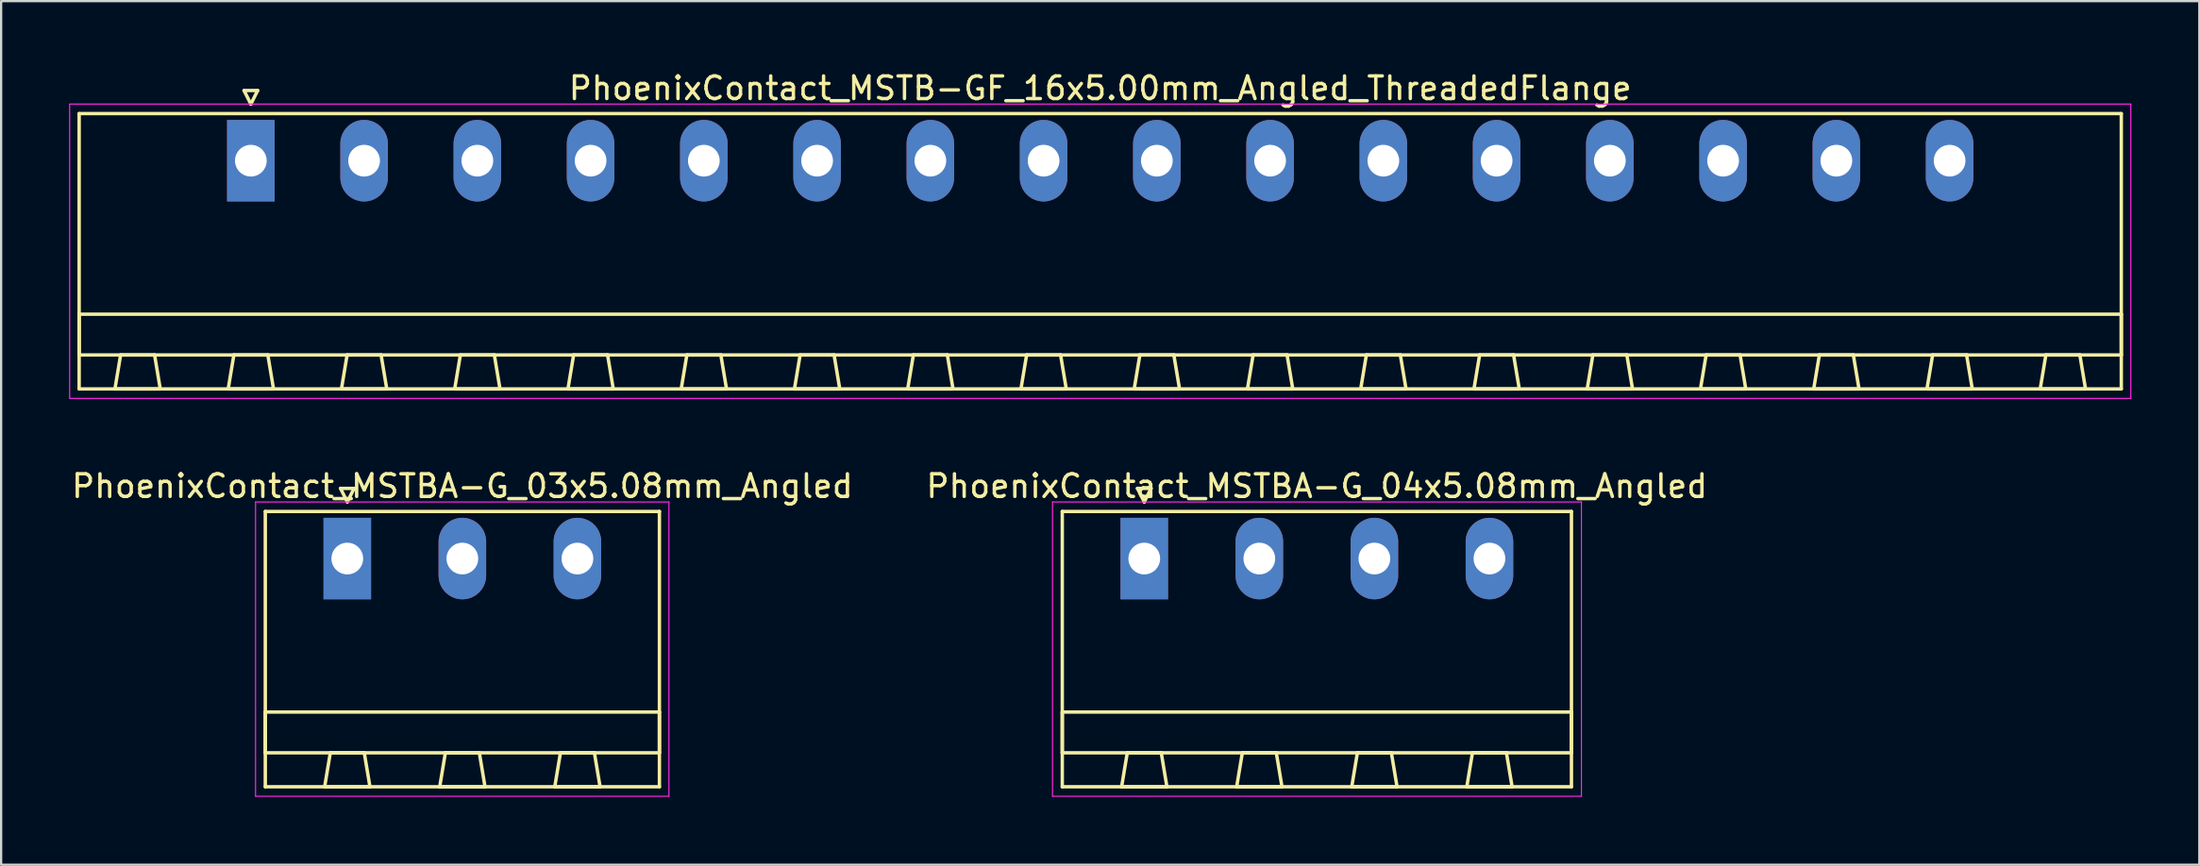
<source format=kicad_pcb>
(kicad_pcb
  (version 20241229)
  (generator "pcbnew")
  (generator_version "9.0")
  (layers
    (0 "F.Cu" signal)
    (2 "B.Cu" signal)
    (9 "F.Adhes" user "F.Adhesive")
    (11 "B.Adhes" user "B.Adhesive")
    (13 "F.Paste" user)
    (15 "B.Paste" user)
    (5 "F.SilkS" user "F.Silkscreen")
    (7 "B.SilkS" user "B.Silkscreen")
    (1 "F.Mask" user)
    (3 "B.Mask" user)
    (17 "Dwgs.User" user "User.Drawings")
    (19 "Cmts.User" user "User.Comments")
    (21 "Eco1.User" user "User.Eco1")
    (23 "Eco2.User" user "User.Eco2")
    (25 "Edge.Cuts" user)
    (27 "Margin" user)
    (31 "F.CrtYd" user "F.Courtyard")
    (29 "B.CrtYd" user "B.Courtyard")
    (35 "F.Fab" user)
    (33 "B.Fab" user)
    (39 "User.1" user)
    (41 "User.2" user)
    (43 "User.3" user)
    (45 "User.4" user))
  (footprint "PhoenixContact_MSTB-GF_16x5.00mm_Angled_ThreadedFlange"
    (layer "F.Cu")
    (at 8.025 4.048)
    (property "Reference" "PhoenixContact_MSTB-GF_16x5.00mm_Angled_ThreadedFlange" (at 37.5 -3.2 0) (layer "F.SilkS") (effects (font (size 1 1) (thickness 0.15))))
    (attr through_hole)
    (fp_line (start -7.58 -2.08) (end -7.58 10.08) (stroke (width 0.15) (type solid)) (layer "F.SilkS"))
    (fp_line (start -7.58 6.78) (end 82.58 6.78) (stroke (width 0.15) (type solid)) (layer "F.SilkS"))
    (fp_line (start -7.58 8.58) (end -7.58 6.78) (stroke (width 0.15) (type solid)) (layer "F.SilkS"))
    (fp_line (start -7.58 10.08) (end 82.58 10.08) (stroke (width 0.15) (type solid)) (layer "F.SilkS"))
    (fp_line (start -6 10.08) (end -4 10.08) (stroke (width 0.15) (type solid)) (layer "F.SilkS"))
    (fp_line (start -5.75 8.58) (end -6 10.08) (stroke (width 0.15) (type solid)) (layer "F.SilkS"))
    (fp_line (start -4.25 8.58) (end -5.75 8.58) (stroke (width 0.15) (type solid)) (layer "F.SilkS"))
    (fp_line (start -4 10.08) (end -4.25 8.58) (stroke (width 0.15) (type solid)) (layer "F.SilkS"))
    (fp_line (start -1 10.08) (end 1 10.08) (stroke (width 0.15) (type solid)) (layer "F.SilkS"))
    (fp_line (start -0.75 8.58) (end -1 10.08) (stroke (width 0.15) (type solid)) (layer "F.SilkS"))
    (fp_line (start -0.3 -3.1) (end 0 -2.5) (stroke (width 0.15) (type solid)) (layer "F.SilkS"))
    (fp_line (start 0 -2.5) (end 0.3 -3.1) (stroke (width 0.15) (type solid)) (layer "F.SilkS"))
    (fp_line (start 0.3 -3.1) (end -0.3 -3.1) (stroke (width 0.15) (type solid)) (layer "F.SilkS"))
    (fp_line (start 0.75 8.58) (end -0.75 8.58) (stroke (width 0.15) (type solid)) (layer "F.SilkS"))
    (fp_line (start 1 10.08) (end 0.75 8.58) (stroke (width 0.15) (type solid)) (layer "F.SilkS"))
    (fp_line (start 4 10.08) (end 6 10.08) (stroke (width 0.15) (type solid)) (layer "F.SilkS"))
    (fp_line (start 4.25 8.58) (end 4 10.08) (stroke (width 0.15) (type solid)) (layer "F.SilkS"))
    (fp_line (start 5.75 8.58) (end 4.25 8.58) (stroke (width 0.15) (type solid)) (layer "F.SilkS"))
    (fp_line (start 6 10.08) (end 5.75 8.58) (stroke (width 0.15) (type solid)) (layer "F.SilkS"))
    (fp_line (start 9 10.08) (end 11 10.08) (stroke (width 0.15) (type solid)) (layer "F.SilkS"))
    (fp_line (start 9.25 8.58) (end 9 10.08) (stroke (width 0.15) (type solid)) (layer "F.SilkS"))
    (fp_line (start 10.75 8.58) (end 9.25 8.58) (stroke (width 0.15) (type solid)) (layer "F.SilkS"))
    (fp_line (start 11 10.08) (end 10.75 8.58) (stroke (width 0.15) (type solid)) (layer "F.SilkS"))
    (fp_line (start 14 10.08) (end 16 10.08) (stroke (width 0.15) (type solid)) (layer "F.SilkS"))
    (fp_line (start 14.25 8.58) (end 14 10.08) (stroke (width 0.15) (type solid)) (layer "F.SilkS"))
    (fp_line (start 15.75 8.58) (end 14.25 8.58) (stroke (width 0.15) (type solid)) (layer "F.SilkS"))
    (fp_line (start 16 10.08) (end 15.75 8.58) (stroke (width 0.15) (type solid)) (layer "F.SilkS"))
    (fp_line (start 19 10.08) (end 21 10.08) (stroke (width 0.15) (type solid)) (layer "F.SilkS"))
    (fp_line (start 19.25 8.58) (end 19 10.08) (stroke (width 0.15) (type solid)) (layer "F.SilkS"))
    (fp_line (start 20.75 8.58) (end 19.25 8.58) (stroke (width 0.15) (type solid)) (layer "F.SilkS"))
    (fp_line (start 21 10.08) (end 20.75 8.58) (stroke (width 0.15) (type solid)) (layer "F.SilkS"))
    (fp_line (start 24 10.08) (end 26 10.08) (stroke (width 0.15) (type solid)) (layer "F.SilkS"))
    (fp_line (start 24.25 8.58) (end 24 10.08) (stroke (width 0.15) (type solid)) (layer "F.SilkS"))
    (fp_line (start 25.75 8.58) (end 24.25 8.58) (stroke (width 0.15) (type solid)) (layer "F.SilkS"))
    (fp_line (start 26 10.08) (end 25.75 8.58) (stroke (width 0.15) (type solid)) (layer "F.SilkS"))
    (fp_line (start 29 10.08) (end 31 10.08) (stroke (width 0.15) (type solid)) (layer "F.SilkS"))
    (fp_line (start 29.25 8.58) (end 29 10.08) (stroke (width 0.15) (type solid)) (layer "F.SilkS"))
    (fp_line (start 30.75 8.58) (end 29.25 8.58) (stroke (width 0.15) (type solid)) (layer "F.SilkS"))
    (fp_line (start 31 10.08) (end 30.75 8.58) (stroke (width 0.15) (type solid)) (layer "F.SilkS"))
    (fp_line (start 34 10.08) (end 36 10.08) (stroke (width 0.15) (type solid)) (layer "F.SilkS"))
    (fp_line (start 34.25 8.58) (end 34 10.08) (stroke (width 0.15) (type solid)) (layer "F.SilkS"))
    (fp_line (start 35.75 8.58) (end 34.25 8.58) (stroke (width 0.15) (type solid)) (layer "F.SilkS"))
    (fp_line (start 36 10.08) (end 35.75 8.58) (stroke (width 0.15) (type solid)) (layer "F.SilkS"))
    (fp_line (start 39 10.08) (end 41 10.08) (stroke (width 0.15) (type solid)) (layer "F.SilkS"))
    (fp_line (start 39.25 8.58) (end 39 10.08) (stroke (width 0.15) (type solid)) (layer "F.SilkS"))
    (fp_line (start 40.75 8.58) (end 39.25 8.58) (stroke (width 0.15) (type solid)) (layer "F.SilkS"))
    (fp_line (start 41 10.08) (end 40.75 8.58) (stroke (width 0.15) (type solid)) (layer "F.SilkS"))
    (fp_line (start 44 10.08) (end 46 10.08) (stroke (width 0.15) (type solid)) (layer "F.SilkS"))
    (fp_line (start 44.25 8.58) (end 44 10.08) (stroke (width 0.15) (type solid)) (layer "F.SilkS"))
    (fp_line (start 45.75 8.58) (end 44.25 8.58) (stroke (width 0.15) (type solid)) (layer "F.SilkS"))
    (fp_line (start 46 10.08) (end 45.75 8.58) (stroke (width 0.15) (type solid)) (layer "F.SilkS"))
    (fp_line (start 49 10.08) (end 51 10.08) (stroke (width 0.15) (type solid)) (layer "F.SilkS"))
    (fp_line (start 49.25 8.58) (end 49 10.08) (stroke (width 0.15) (type solid)) (layer "F.SilkS"))
    (fp_line (start 50.75 8.58) (end 49.25 8.58) (stroke (width 0.15) (type solid)) (layer "F.SilkS"))
    (fp_line (start 51 10.08) (end 50.75 8.58) (stroke (width 0.15) (type solid)) (layer "F.SilkS"))
    (fp_line (start 54 10.08) (end 56 10.08) (stroke (width 0.15) (type solid)) (layer "F.SilkS"))
    (fp_line (start 54.25 8.58) (end 54 10.08) (stroke (width 0.15) (type solid)) (layer "F.SilkS"))
    (fp_line (start 55.75 8.58) (end 54.25 8.58) (stroke (width 0.15) (type solid)) (layer "F.SilkS"))
    (fp_line (start 56 10.08) (end 55.75 8.58) (stroke (width 0.15) (type solid)) (layer "F.SilkS"))
    (fp_line (start 59 10.08) (end 61 10.08) (stroke (width 0.15) (type solid)) (layer "F.SilkS"))
    (fp_line (start 59.25 8.58) (end 59 10.08) (stroke (width 0.15) (type solid)) (layer "F.SilkS"))
    (fp_line (start 60.75 8.58) (end 59.25 8.58) (stroke (width 0.15) (type solid)) (layer "F.SilkS"))
    (fp_line (start 61 10.08) (end 60.75 8.58) (stroke (width 0.15) (type solid)) (layer "F.SilkS"))
    (fp_line (start 64 10.08) (end 66 10.08) (stroke (width 0.15) (type solid)) (layer "F.SilkS"))
    (fp_line (start 64.25 8.58) (end 64 10.08) (stroke (width 0.15) (type solid)) (layer "F.SilkS"))
    (fp_line (start 65.75 8.58) (end 64.25 8.58) (stroke (width 0.15) (type solid)) (layer "F.SilkS"))
    (fp_line (start 66 10.08) (end 65.75 8.58) (stroke (width 0.15) (type solid)) (layer "F.SilkS"))
    (fp_line (start 69 10.08) (end 71 10.08) (stroke (width 0.15) (type solid)) (layer "F.SilkS"))
    (fp_line (start 69.25 8.58) (end 69 10.08) (stroke (width 0.15) (type solid)) (layer "F.SilkS"))
    (fp_line (start 70.75 8.58) (end 69.25 8.58) (stroke (width 0.15) (type solid)) (layer "F.SilkS"))
    (fp_line (start 71 10.08) (end 70.75 8.58) (stroke (width 0.15) (type solid)) (layer "F.SilkS"))
    (fp_line (start 74 10.08) (end 76 10.08) (stroke (width 0.15) (type solid)) (layer "F.SilkS"))
    (fp_line (start 74.25 8.58) (end 74 10.08) (stroke (width 0.15) (type solid)) (layer "F.SilkS"))
    (fp_line (start 75.75 8.58) (end 74.25 8.58) (stroke (width 0.15) (type solid)) (layer "F.SilkS"))
    (fp_line (start 76 10.08) (end 75.75 8.58) (stroke (width 0.15) (type solid)) (layer "F.SilkS"))
    (fp_line (start 79 10.08) (end 81 10.08) (stroke (width 0.15) (type solid)) (layer "F.SilkS"))
    (fp_line (start 79.25 8.58) (end 79 10.08) (stroke (width 0.15) (type solid)) (layer "F.SilkS"))
    (fp_line (start 80.75 8.58) (end 79.25 8.58) (stroke (width 0.15) (type solid)) (layer "F.SilkS"))
    (fp_line (start 81 10.08) (end 80.75 8.58) (stroke (width 0.15) (type solid)) (layer "F.SilkS"))
    (fp_line (start 82.58 -2.08) (end -7.58 -2.08) (stroke (width 0.15) (type solid)) (layer "F.SilkS"))
    (fp_line (start 82.58 6.78) (end 82.58 8.58) (stroke (width 0.15) (type solid)) (layer "F.SilkS"))
    (fp_line (start 82.58 8.58) (end -7.58 8.58) (stroke (width 0.15) (type solid)) (layer "F.SilkS"))
    (fp_line (start 82.58 10.08) (end 82.58 -2.08) (stroke (width 0.15) (type solid)) (layer "F.SilkS"))
    (fp_line (start -8 -2.5) (end -8 10.5) (stroke (width 0.05) (type solid)) (layer "F.CrtYd"))
    (fp_line (start -8 10.5) (end 83 10.5) (stroke (width 0.05) (type solid)) (layer "F.CrtYd"))
    (fp_line (start 83 -2.5) (end -8 -2.5) (stroke (width 0.05) (type solid)) (layer "F.CrtYd"))
    (fp_line (start 83 10.5) (end 83 -2.5) (stroke (width 0.05) (type solid)) (layer "F.CrtYd"))
    (pad "1" thru_hole rect (at 0 0) (size 2.1 3.6) (drill 1.4) (layers "*.Cu" "*.Mask"))
    (pad "2" thru_hole oval (at 5 0) (size 2.1 3.6) (drill 1.4) (layers "*.Cu" "*.Mask"))
    (pad "3" thru_hole oval (at 10 0) (size 2.1 3.6) (drill 1.4) (layers "*.Cu" "*.Mask"))
    (pad "4" thru_hole oval (at 15 0) (size 2.1 3.6) (drill 1.4) (layers "*.Cu" "*.Mask"))
    (pad "5" thru_hole oval (at 20 0) (size 2.1 3.6) (drill 1.4) (layers "*.Cu" "*.Mask"))
    (pad "6" thru_hole oval (at 25 0) (size 2.1 3.6) (drill 1.4) (layers "*.Cu" "*.Mask"))
    (pad "7" thru_hole oval (at 30 0) (size 2.1 3.6) (drill 1.4) (layers "*.Cu" "*.Mask"))
    (pad "8" thru_hole oval (at 35 0) (size 2.1 3.6) (drill 1.4) (layers "*.Cu" "*.Mask"))
    (pad "9" thru_hole oval (at 40 0) (size 2.1 3.6) (drill 1.4) (layers "*.Cu" "*.Mask"))
    (pad "10" thru_hole oval (at 45 0) (size 2.1 3.6) (drill 1.4) (layers "*.Cu" "*.Mask"))
    (pad "11" thru_hole oval (at 50 0) (size 2.1 3.6) (drill 1.4) (layers "*.Cu" "*.Mask"))
    (pad "12" thru_hole oval (at 55 0) (size 2.1 3.6) (drill 1.4) (layers "*.Cu" "*.Mask"))
    (pad "13" thru_hole oval (at 60 0) (size 2.1 3.6) (drill 1.4) (layers "*.Cu" "*.Mask"))
    (pad "14" thru_hole oval (at 65 0) (size 2.1 3.6) (drill 1.4) (layers "*.Cu" "*.Mask"))
    (pad "15" thru_hole oval (at 70 0) (size 2.1 3.6) (drill 1.4) (layers "*.Cu" "*.Mask"))
    (pad "16" thru_hole oval (at 75 0) (size 2.1 3.6) (drill 1.4) (layers "*.Cu" "*.Mask")))
  (footprint "PhoenixContact_MSTBA-G_04x5.08mm_Angled"
    (layer "F.Cu")
    (at 47.469 21.622)
    (property "Reference" "PhoenixContact_MSTBA-G_04x5.08mm_Angled" (at 7.62 -3.2 0) (layer "F.SilkS") (effects (font (size 1 1) (thickness 0.15))))
    (attr through_hole)
    (fp_line (start -3.62 -2.08) (end -3.62 10.08) (stroke (width 0.15) (type solid)) (layer "F.SilkS"))
    (fp_line (start -3.62 6.78) (end 18.86 6.78) (stroke (width 0.15) (type solid)) (layer "F.SilkS"))
    (fp_line (start -3.62 8.58) (end -3.62 6.78) (stroke (width 0.15) (type solid)) (layer "F.SilkS"))
    (fp_line (start -3.62 10.08) (end 18.86 10.08) (stroke (width 0.15) (type solid)) (layer "F.SilkS"))
    (fp_line (start -1 10.08) (end 1 10.08) (stroke (width 0.15) (type solid)) (layer "F.SilkS"))
    (fp_line (start -0.75 8.58) (end -1 10.08) (stroke (width 0.15) (type solid)) (layer "F.SilkS"))
    (fp_line (start -0.3 -3.1) (end 0 -2.5) (stroke (width 0.15) (type solid)) (layer "F.SilkS"))
    (fp_line (start 0 -2.5) (end 0.3 -3.1) (stroke (width 0.15) (type solid)) (layer "F.SilkS"))
    (fp_line (start 0.3 -3.1) (end -0.3 -3.1) (stroke (width 0.15) (type solid)) (layer "F.SilkS"))
    (fp_line (start 0.75 8.58) (end -0.75 8.58) (stroke (width 0.15) (type solid)) (layer "F.SilkS"))
    (fp_line (start 1 10.08) (end 0.75 8.58) (stroke (width 0.15) (type solid)) (layer "F.SilkS"))
    (fp_line (start 4.08 10.08) (end 6.08 10.08) (stroke (width 0.15) (type solid)) (layer "F.SilkS"))
    (fp_line (start 4.33 8.58) (end 4.08 10.08) (stroke (width 0.15) (type solid)) (layer "F.SilkS"))
    (fp_line (start 5.83 8.58) (end 4.33 8.58) (stroke (width 0.15) (type solid)) (layer "F.SilkS"))
    (fp_line (start 6.08 10.08) (end 5.83 8.58) (stroke (width 0.15) (type solid)) (layer "F.SilkS"))
    (fp_line (start 9.16 10.08) (end 11.16 10.08) (stroke (width 0.15) (type solid)) (layer "F.SilkS"))
    (fp_line (start 9.41 8.58) (end 9.16 10.08) (stroke (width 0.15) (type solid)) (layer "F.SilkS"))
    (fp_line (start 10.91 8.58) (end 9.41 8.58) (stroke (width 0.15) (type solid)) (layer "F.SilkS"))
    (fp_line (start 11.16 10.08) (end 10.91 8.58) (stroke (width 0.15) (type solid)) (layer "F.SilkS"))
    (fp_line (start 14.24 10.08) (end 16.24 10.08) (stroke (width 0.15) (type solid)) (layer "F.SilkS"))
    (fp_line (start 14.49 8.58) (end 14.24 10.08) (stroke (width 0.15) (type solid)) (layer "F.SilkS"))
    (fp_line (start 15.99 8.58) (end 14.49 8.58) (stroke (width 0.15) (type solid)) (layer "F.SilkS"))
    (fp_line (start 16.24 10.08) (end 15.99 8.58) (stroke (width 0.15) (type solid)) (layer "F.SilkS"))
    (fp_line (start 18.86 -2.08) (end -3.62 -2.08) (stroke (width 0.15) (type solid)) (layer "F.SilkS"))
    (fp_line (start 18.86 6.78) (end 18.86 8.58) (stroke (width 0.15) (type solid)) (layer "F.SilkS"))
    (fp_line (start 18.86 8.58) (end -3.62 8.58) (stroke (width 0.15) (type solid)) (layer "F.SilkS"))
    (fp_line (start 18.86 10.08) (end 18.86 -2.08) (stroke (width 0.15) (type solid)) (layer "F.SilkS"))
    (fp_line (start -4.05 -2.5) (end -4.05 10.5) (stroke (width 0.05) (type solid)) (layer "F.CrtYd"))
    (fp_line (start -4.05 10.5) (end 19.3 10.5) (stroke (width 0.05) (type solid)) (layer "F.CrtYd"))
    (fp_line (start 19.3 -2.5) (end -4.05 -2.5) (stroke (width 0.05) (type solid)) (layer "F.CrtYd"))
    (fp_line (start 19.3 10.5) (end 19.3 -2.5) (stroke (width 0.05) (type solid)) (layer "F.CrtYd"))
    (pad "1" thru_hole rect (at 0 0) (size 2.1 3.6) (drill 1.4) (layers "*.Cu" "*.Mask"))
    (pad "2" thru_hole oval (at 5.08 0) (size 2.1 3.6) (drill 1.4) (layers "*.Cu" "*.Mask"))
    (pad "3" thru_hole oval (at 10.16 0) (size 2.1 3.6) (drill 1.4) (layers "*.Cu" "*.Mask"))
    (pad "4" thru_hole oval (at 15.24 0) (size 2.1 3.6) (drill 1.4) (layers "*.Cu" "*.Mask")))
  (footprint "PhoenixContact_MSTBA-G_03x5.08mm_Angled"
    (layer "F.Cu")
    (at 12.283 21.622)
    (property "Reference" "PhoenixContact_MSTBA-G_03x5.08mm_Angled" (at 5.08 -3.2 0) (layer "F.SilkS") (effects (font (size 1 1) (thickness 0.15))))
    (attr through_hole)
    (fp_line (start -3.62 -2.08) (end -3.62 10.08) (stroke (width 0.15) (type solid)) (layer "F.SilkS"))
    (fp_line (start -3.62 6.78) (end 13.78 6.78) (stroke (width 0.15) (type solid)) (layer "F.SilkS"))
    (fp_line (start -3.62 8.58) (end -3.62 6.78) (stroke (width 0.15) (type solid)) (layer "F.SilkS"))
    (fp_line (start -3.62 10.08) (end 13.78 10.08) (stroke (width 0.15) (type solid)) (layer "F.SilkS"))
    (fp_line (start -1 10.08) (end 1 10.08) (stroke (width 0.15) (type solid)) (layer "F.SilkS"))
    (fp_line (start -0.75 8.58) (end -1 10.08) (stroke (width 0.15) (type solid)) (layer "F.SilkS"))
    (fp_line (start -0.3 -3.1) (end 0 -2.5) (stroke (width 0.15) (type solid)) (layer "F.SilkS"))
    (fp_line (start 0 -2.5) (end 0.3 -3.1) (stroke (width 0.15) (type solid)) (layer "F.SilkS"))
    (fp_line (start 0.3 -3.1) (end -0.3 -3.1) (stroke (width 0.15) (type solid)) (layer "F.SilkS"))
    (fp_line (start 0.75 8.58) (end -0.75 8.58) (stroke (width 0.15) (type solid)) (layer "F.SilkS"))
    (fp_line (start 1 10.08) (end 0.75 8.58) (stroke (width 0.15) (type solid)) (layer "F.SilkS"))
    (fp_line (start 4.08 10.08) (end 6.08 10.08) (stroke (width 0.15) (type solid)) (layer "F.SilkS"))
    (fp_line (start 4.33 8.58) (end 4.08 10.08) (stroke (width 0.15) (type solid)) (layer "F.SilkS"))
    (fp_line (start 5.83 8.58) (end 4.33 8.58) (stroke (width 0.15) (type solid)) (layer "F.SilkS"))
    (fp_line (start 6.08 10.08) (end 5.83 8.58) (stroke (width 0.15) (type solid)) (layer "F.SilkS"))
    (fp_line (start 9.16 10.08) (end 11.16 10.08) (stroke (width 0.15) (type solid)) (layer "F.SilkS"))
    (fp_line (start 9.41 8.58) (end 9.16 10.08) (stroke (width 0.15) (type solid)) (layer "F.SilkS"))
    (fp_line (start 10.91 8.58) (end 9.41 8.58) (stroke (width 0.15) (type solid)) (layer "F.SilkS"))
    (fp_line (start 11.16 10.08) (end 10.91 8.58) (stroke (width 0.15) (type solid)) (layer "F.SilkS"))
    (fp_line (start 13.78 -2.08) (end -3.62 -2.08) (stroke (width 0.15) (type solid)) (layer "F.SilkS"))
    (fp_line (start 13.78 6.78) (end 13.78 8.58) (stroke (width 0.15) (type solid)) (layer "F.SilkS"))
    (fp_line (start 13.78 8.58) (end -3.62 8.58) (stroke (width 0.15) (type solid)) (layer "F.SilkS"))
    (fp_line (start 13.78 10.08) (end 13.78 -2.08) (stroke (width 0.15) (type solid)) (layer "F.SilkS"))
    (fp_line (start -4.05 -2.5) (end -4.05 10.5) (stroke (width 0.05) (type solid)) (layer "F.CrtYd"))
    (fp_line (start -4.05 10.5) (end 14.2 10.5) (stroke (width 0.05) (type solid)) (layer "F.CrtYd"))
    (fp_line (start 14.2 -2.5) (end -4.05 -2.5) (stroke (width 0.05) (type solid)) (layer "F.CrtYd"))
    (fp_line (start 14.2 10.5) (end 14.2 -2.5) (stroke (width 0.05) (type solid)) (layer "F.CrtYd"))
    (pad "1" thru_hole rect (at 0 0) (size 2.1 3.6) (drill 1.4) (layers "*.Cu" "*.Mask"))
    (pad "2" thru_hole oval (at 5.08 0) (size 2.1 3.6) (drill 1.4) (layers "*.Cu" "*.Mask"))
    (pad "3" thru_hole oval (at 10.16 0) (size 2.1 3.6) (drill 1.4) (layers "*.Cu" "*.Mask")))
  (gr_rect
    (start -3 -3)
    (end 94.05 35.147)
    (stroke (width 0.1) (type default))
    (fill no)
    (layer "Edge.Cuts")))
</source>
